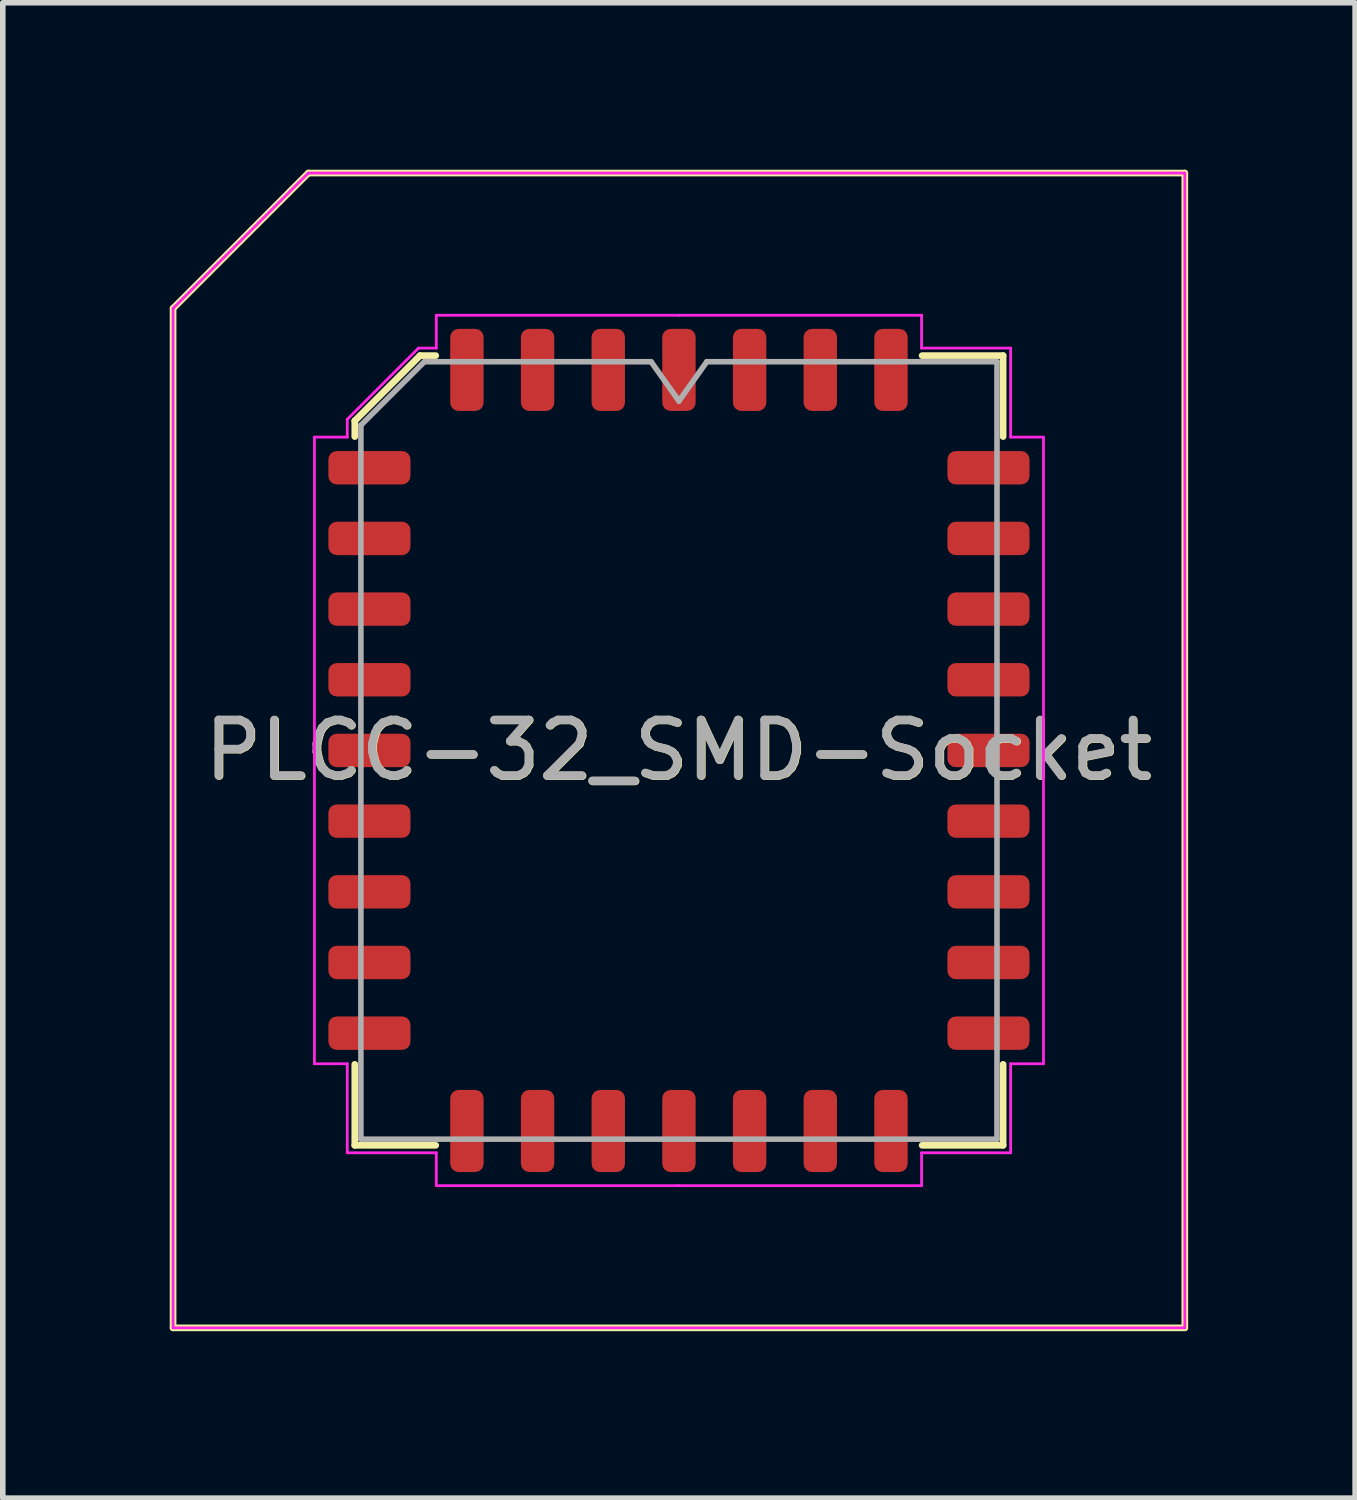
<source format=kicad_pcb>
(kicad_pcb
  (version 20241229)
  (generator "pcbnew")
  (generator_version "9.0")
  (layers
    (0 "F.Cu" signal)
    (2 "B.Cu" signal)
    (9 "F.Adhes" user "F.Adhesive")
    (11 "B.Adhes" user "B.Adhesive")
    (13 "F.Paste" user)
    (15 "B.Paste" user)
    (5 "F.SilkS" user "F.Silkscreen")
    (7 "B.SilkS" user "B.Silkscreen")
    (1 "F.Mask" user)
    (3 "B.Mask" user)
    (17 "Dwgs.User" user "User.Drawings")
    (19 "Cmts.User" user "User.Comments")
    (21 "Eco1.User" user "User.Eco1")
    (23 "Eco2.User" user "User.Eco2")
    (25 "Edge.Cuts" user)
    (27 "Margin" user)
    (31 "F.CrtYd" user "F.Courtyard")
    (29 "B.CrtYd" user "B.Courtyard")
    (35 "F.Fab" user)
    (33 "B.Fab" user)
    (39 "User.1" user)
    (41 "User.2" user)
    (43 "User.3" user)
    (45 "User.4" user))
  (footprint "PLCC-32_SMD-Socket"
    (layer "F.Cu")
    (at 9.15 10.435)
    (property "Reference" "PLCC-32_SMD-Socket" (at 0 0 0) (layer "F.SilkS") (effects (font (size 1 1) (thickness 0.15))))
    (attr smd)
    (fp_line (start -9.09 -7.944) (end -9.09 10.375) (stroke (width 0.12) (type solid)) (layer "F.SilkS"))
    (fp_line (start -9.09 10.375) (end 9.09 10.375) (stroke (width 0.12) (type solid)) (layer "F.SilkS"))
    (fp_line (start -6.66 -10.375) (end -9.09 -7.944) (stroke (width 0.12) (type solid)) (layer "F.SilkS"))
    (fp_line (start -6.66 -10.375) (end 9.09 -10.375) (stroke (width 0.12) (type solid)) (layer "F.SilkS"))
    (fp_line (start -5.825 -5.923) (end -5.825 -5.64) (stroke (width 0.12) (type solid)) (layer "F.SilkS"))
    (fp_line (start -5.825 7.095) (end -5.825 5.64) (stroke (width 0.12) (type solid)) (layer "F.SilkS"))
    (fp_line (start -4.653 -7.095) (end -5.825 -5.923) (stroke (width 0.12) (type solid)) (layer "F.SilkS"))
    (fp_line (start -4.37 -7.095) (end -4.653 -7.095) (stroke (width 0.12) (type solid)) (layer "F.SilkS"))
    (fp_line (start -4.37 7.095) (end -5.825 7.095) (stroke (width 0.12) (type solid)) (layer "F.SilkS"))
    (fp_line (start 4.37 -7.095) (end 5.825 -7.095) (stroke (width 0.12) (type solid)) (layer "F.SilkS"))
    (fp_line (start 4.37 7.095) (end 5.825 7.095) (stroke (width 0.12) (type solid)) (layer "F.SilkS"))
    (fp_line (start 5.825 -7.095) (end 5.825 -5.64) (stroke (width 0.12) (type solid)) (layer "F.SilkS"))
    (fp_line (start 5.825 7.095) (end 5.825 5.64) (stroke (width 0.12) (type solid)) (layer "F.SilkS"))
    (fp_line (start 9.09 -10.375) (end 9.09 10.374) (stroke (width 0.12) (type solid)) (layer "F.SilkS"))
    (fp_line (start -9.09 -7.944) (end -9.09 10.375) (stroke (width 0.05) (type solid)) (layer "F.CrtYd"))
    (fp_line (start -9.09 10.375) (end 9.09 10.375) (stroke (width 0.05) (type solid)) (layer "F.CrtYd"))
    (fp_line (start -6.66 -10.375) (end -9.09 -7.944) (stroke (width 0.05) (type solid)) (layer "F.CrtYd"))
    (fp_line (start -6.66 -10.375) (end 9.09 -10.375) (stroke (width 0.05) (type solid)) (layer "F.CrtYd"))
    (fp_line (start -6.55 -5.63) (end -6.55 0) (stroke (width 0.05) (type solid)) (layer "F.CrtYd"))
    (fp_line (start -6.55 5.63) (end -6.55 0) (stroke (width 0.05) (type solid)) (layer "F.CrtYd"))
    (fp_line (start -5.96 -5.95) (end -5.96 -5.63) (stroke (width 0.05) (type solid)) (layer "F.CrtYd"))
    (fp_line (start -5.96 -5.63) (end -6.55 -5.63) (stroke (width 0.05) (type solid)) (layer "F.CrtYd"))
    (fp_line (start -5.96 5.63) (end -6.55 5.63) (stroke (width 0.05) (type solid)) (layer "F.CrtYd"))
    (fp_line (start -5.96 7.23) (end -5.96 5.63) (stroke (width 0.05) (type solid)) (layer "F.CrtYd"))
    (fp_line (start -4.68 -7.23) (end -5.96 -5.95) (stroke (width 0.05) (type solid)) (layer "F.CrtYd"))
    (fp_line (start -4.36 -7.82) (end -4.36 -7.23) (stroke (width 0.05) (type solid)) (layer "F.CrtYd"))
    (fp_line (start -4.36 -7.23) (end -4.68 -7.23) (stroke (width 0.05) (type solid)) (layer "F.CrtYd"))
    (fp_line (start -4.36 7.23) (end -5.96 7.23) (stroke (width 0.05) (type solid)) (layer "F.CrtYd"))
    (fp_line (start -4.36 7.82) (end -4.36 7.23) (stroke (width 0.05) (type solid)) (layer "F.CrtYd"))
    (fp_line (start 0 -7.82) (end -4.36 -7.82) (stroke (width 0.05) (type solid)) (layer "F.CrtYd"))
    (fp_line (start 0 -7.82) (end 4.36 -7.82) (stroke (width 0.05) (type solid)) (layer "F.CrtYd"))
    (fp_line (start 0 7.82) (end -4.36 7.82) (stroke (width 0.05) (type solid)) (layer "F.CrtYd"))
    (fp_line (start 0 7.82) (end 4.36 7.82) (stroke (width 0.05) (type solid)) (layer "F.CrtYd"))
    (fp_line (start 4.36 -7.82) (end 4.36 -7.23) (stroke (width 0.05) (type solid)) (layer "F.CrtYd"))
    (fp_line (start 4.36 -7.23) (end 5.96 -7.23) (stroke (width 0.05) (type solid)) (layer "F.CrtYd"))
    (fp_line (start 4.36 7.23) (end 5.96 7.23) (stroke (width 0.05) (type solid)) (layer "F.CrtYd"))
    (fp_line (start 4.36 7.82) (end 4.36 7.23) (stroke (width 0.05) (type solid)) (layer "F.CrtYd"))
    (fp_line (start 5.96 -7.23) (end 5.96 -5.63) (stroke (width 0.05) (type solid)) (layer "F.CrtYd"))
    (fp_line (start 5.96 -5.63) (end 6.55 -5.63) (stroke (width 0.05) (type solid)) (layer "F.CrtYd"))
    (fp_line (start 5.96 5.63) (end 6.55 5.63) (stroke (width 0.05) (type solid)) (layer "F.CrtYd"))
    (fp_line (start 5.96 7.23) (end 5.96 5.63) (stroke (width 0.05) (type solid)) (layer "F.CrtYd"))
    (fp_line (start 6.55 -5.63) (end 6.55 0) (stroke (width 0.05) (type solid)) (layer "F.CrtYd"))
    (fp_line (start 6.55 5.63) (end 6.55 0) (stroke (width 0.05) (type solid)) (layer "F.CrtYd"))
    (fp_line (start 9.09 -10.374) (end 9.09 10.375) (stroke (width 0.05) (type solid)) (layer "F.CrtYd"))
    (fp_line (start -5.715 -5.845) (end -4.575 -6.985) (stroke (width 0.1) (type solid)) (layer "F.Fab"))
    (fp_line (start -5.715 6.985) (end -5.715 -5.845) (stroke (width 0.1) (type solid)) (layer "F.Fab"))
    (fp_line (start -4.575 -6.985) (end -0.5 -6.985) (stroke (width 0.1) (type solid)) (layer "F.Fab"))
    (fp_line (start -0.5 -6.985) (end 0 -6.278) (stroke (width 0.1) (type solid)) (layer "F.Fab"))
    (fp_line (start 0 -6.278) (end 0.5 -6.985) (stroke (width 0.1) (type solid)) (layer "F.Fab"))
    (fp_line (start 0.5 -6.985) (end 5.715 -6.985) (stroke (width 0.1) (type solid)) (layer "F.Fab"))
    (fp_line (start 5.715 -6.985) (end 5.715 6.985) (stroke (width 0.1) (type solid)) (layer "F.Fab"))
    (fp_line (start 5.715 6.985) (end -5.715 6.985) (stroke (width 0.1) (type solid)) (layer "F.Fab"))
    (fp_text user "${REFERENCE}" (at -0.01 -0.005 0) (layer "F.Fab") (effects (font (size 1 1) (thickness 0.15))))
    (pad "1" smd roundrect (at 0 -6.838) (size 0.6 1.475) (layers "F.Cu" "F.Mask" "F.Paste") (roundrect_rratio 0.25))
    (pad "2" smd roundrect (at -1.27 -6.838) (size 0.6 1.475) (layers "F.Cu" "F.Mask" "F.Paste") (roundrect_rratio 0.25))
    (pad "3" smd roundrect (at -2.54 -6.838) (size 0.6 1.475) (layers "F.Cu" "F.Mask" "F.Paste") (roundrect_rratio 0.25))
    (pad "4" smd roundrect (at -3.81 -6.838) (size 0.6 1.475) (layers "F.Cu" "F.Mask" "F.Paste") (roundrect_rratio 0.25))
    (pad "5" smd roundrect (at -5.562 -5.08) (size 1.475 0.6) (layers "F.Cu" "F.Mask" "F.Paste") (roundrect_rratio 0.25))
    (pad "6" smd roundrect (at -5.562 -3.81) (size 1.475 0.6) (layers "F.Cu" "F.Mask" "F.Paste") (roundrect_rratio 0.25))
    (pad "7" smd roundrect (at -5.562 -2.54) (size 1.475 0.6) (layers "F.Cu" "F.Mask" "F.Paste") (roundrect_rratio 0.25))
    (pad "8" smd roundrect (at -5.562 -1.27) (size 1.475 0.6) (layers "F.Cu" "F.Mask" "F.Paste") (roundrect_rratio 0.25))
    (pad "9" smd roundrect (at -5.562 0) (size 1.475 0.6) (layers "F.Cu" "F.Mask" "F.Paste") (roundrect_rratio 0.25))
    (pad "10" smd roundrect (at -5.562 1.27) (size 1.475 0.6) (layers "F.Cu" "F.Mask" "F.Paste") (roundrect_rratio 0.25))
    (pad "11" smd roundrect (at -5.562 2.54) (size 1.475 0.6) (layers "F.Cu" "F.Mask" "F.Paste") (roundrect_rratio 0.25))
    (pad "12" smd roundrect (at -5.562 3.81) (size 1.475 0.6) (layers "F.Cu" "F.Mask" "F.Paste") (roundrect_rratio 0.25))
    (pad "13" smd roundrect (at -5.562 5.08) (size 1.475 0.6) (layers "F.Cu" "F.Mask" "F.Paste") (roundrect_rratio 0.25))
    (pad "14" smd roundrect (at -3.81 6.838) (size 0.6 1.475) (layers "F.Cu" "F.Mask" "F.Paste") (roundrect_rratio 0.25))
    (pad "15" smd roundrect (at -2.54 6.838) (size 0.6 1.475) (layers "F.Cu" "F.Mask" "F.Paste") (roundrect_rratio 0.25))
    (pad "16" smd roundrect (at -1.27 6.838) (size 0.6 1.475) (layers "F.Cu" "F.Mask" "F.Paste") (roundrect_rratio 0.25))
    (pad "17" smd roundrect (at 0 6.838) (size 0.6 1.475) (layers "F.Cu" "F.Mask" "F.Paste") (roundrect_rratio 0.25))
    (pad "18" smd roundrect (at 1.27 6.838) (size 0.6 1.475) (layers "F.Cu" "F.Mask" "F.Paste") (roundrect_rratio 0.25))
    (pad "19" smd roundrect (at 2.54 6.838) (size 0.6 1.475) (layers "F.Cu" "F.Mask" "F.Paste") (roundrect_rratio 0.25))
    (pad "20" smd roundrect (at 3.81 6.838) (size 0.6 1.475) (layers "F.Cu" "F.Mask" "F.Paste") (roundrect_rratio 0.25))
    (pad "21" smd roundrect (at 5.562 5.08) (size 1.475 0.6) (layers "F.Cu" "F.Mask" "F.Paste") (roundrect_rratio 0.25))
    (pad "22" smd roundrect (at 5.562 3.81) (size 1.475 0.6) (layers "F.Cu" "F.Mask" "F.Paste") (roundrect_rratio 0.25))
    (pad "23" smd roundrect (at 5.562 2.54) (size 1.475 0.6) (layers "F.Cu" "F.Mask" "F.Paste") (roundrect_rratio 0.25))
    (pad "24" smd roundrect (at 5.562 1.27) (size 1.475 0.6) (layers "F.Cu" "F.Mask" "F.Paste") (roundrect_rratio 0.25))
    (pad "25" smd roundrect (at 5.562 0) (size 1.475 0.6) (layers "F.Cu" "F.Mask" "F.Paste") (roundrect_rratio 0.25))
    (pad "26" smd roundrect (at 5.562 -1.27) (size 1.475 0.6) (layers "F.Cu" "F.Mask" "F.Paste") (roundrect_rratio 0.25))
    (pad "27" smd roundrect (at 5.562 -2.54) (size 1.475 0.6) (layers "F.Cu" "F.Mask" "F.Paste") (roundrect_rratio 0.25))
    (pad "28" smd roundrect (at 5.562 -3.81) (size 1.475 0.6) (layers "F.Cu" "F.Mask" "F.Paste") (roundrect_rratio 0.25))
    (pad "29" smd roundrect (at 5.562 -5.08) (size 1.475 0.6) (layers "F.Cu" "F.Mask" "F.Paste") (roundrect_rratio 0.25))
    (pad "30" smd roundrect (at 3.81 -6.838) (size 0.6 1.475) (layers "F.Cu" "F.Mask" "F.Paste") (roundrect_rratio 0.25))
    (pad "31" smd roundrect (at 2.54 -6.838) (size 0.6 1.475) (layers "F.Cu" "F.Mask" "F.Paste") (roundrect_rratio 0.25))
    (pad "32" smd roundrect (at 1.27 -6.838) (size 0.6 1.475) (layers "F.Cu" "F.Mask" "F.Paste") (roundrect_rratio 0.25)))
  (gr_rect
    (start -3 -3)
    (end 21.3 23.87)
    (stroke (width 0.1) (type default))
    (fill no)
    (layer "Edge.Cuts")))
</source>
